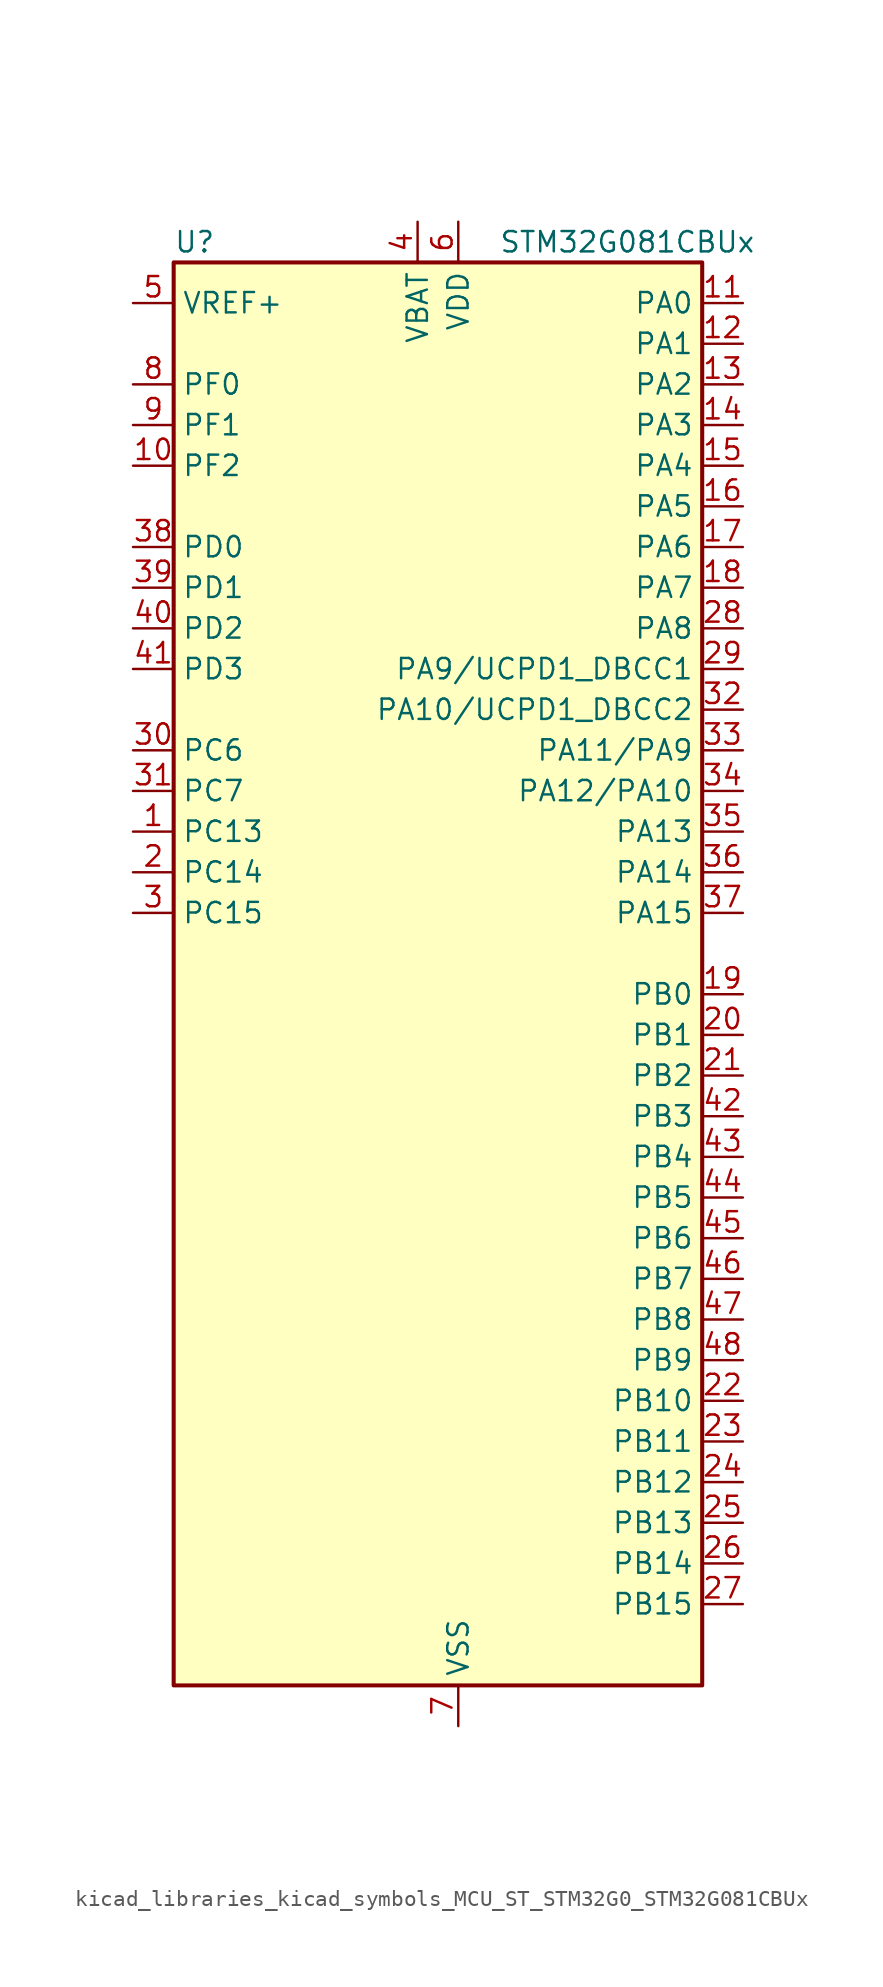
<source format=kicad_sym>
(kicad_symbol_lib
  (version 20220914)
  (generator kicad_symbol_editor)
  (symbol "kicad_libraries_kicad_symbols_MCU_ST_STM32G0_STM32G081CBUx"
    (property "Reference" "U"
      (at -15.24 46.99 0)
      (effects (font (size 1.27 1.27)) (justify left)))
    (property "Value" "STM32G081CBUx"
      (at 5.08 46.99 0)
      (effects (font (size 1.27 1.27)) (justify left)))
    (property "ki_locked" ""
      (at 0 0 0)
      (effects (font (size 1.27 1.27))))
    (symbol "kicad_libraries_kicad_symbols_MCU_ST_STM32G0_STM32G081CBUx_0_1"
      (rectangle (start -15.24 -43.18) (end 17.78 45.72) (stroke (width 0.254) (type default)) (fill (type background))))
    (symbol "kicad_libraries_kicad_symbols_MCU_ST_STM32G0_STM32G081CBUx_1_1"
      (pin bidirectional line (at -17.78 10.16 0) (length 2.54) (name "PC13" (effects (font (size 1.27 1.27)))) (number "1" (effects (font (size 1.27 1.27)))) (alternate "RTC_OUT_ALARM" bidirectional line) (alternate "RTC_OUT_CALIB" bidirectional line) (alternate "RTC_TAMP_IN1" bidirectional line) (alternate "RTC_TS" bidirectional line) (alternate "SYS_WKUP2" bidirectional line) (alternate "TIM1_BK" bidirectional line))
      (pin bidirectional line (at -17.78 33.02 0) (length 2.54) (name "PF2" (effects (font (size 1.27 1.27)))) (number "10" (effects (font (size 1.27 1.27)))) (alternate "RCC_MCO" bidirectional line))
      (pin bidirectional line (at 20.32 43.18 180) (length 2.54) (name "PA0" (effects (font (size 1.27 1.27)))) (number "11" (effects (font (size 1.27 1.27)))) (alternate "ADC1_IN0" bidirectional line) (alternate "COMP1_INM" bidirectional line) (alternate "COMP1_OUT" bidirectional line) (alternate "LPTIM1_OUT" bidirectional line) (alternate "RTC_TAMP_IN2" bidirectional line) (alternate "SPI2_SCK" bidirectional line) (alternate "SYS_WKUP1" bidirectional line) (alternate "TIM2_CH1" bidirectional line) (alternate "TIM2_ETR" bidirectional line) (alternate "UCPD2_FRSTX1" bidirectional line) (alternate "UCPD2_FRSTX2" bidirectional line) (alternate "USART2_CTS" bidirectional line) (alternate "USART2_NSS" bidirectional line) (alternate "USART4_TX" bidirectional line))
      (pin bidirectional line (at 20.32 40.64 180) (length 2.54) (name "PA1" (effects (font (size 1.27 1.27)))) (number "12" (effects (font (size 1.27 1.27)))) (alternate "ADC1_IN1" bidirectional line) (alternate "COMP1_INP" bidirectional line) (alternate "I2C1_SMBA" bidirectional line) (alternate "I2S1_CK" bidirectional line) (alternate "SPI1_SCK" bidirectional line) (alternate "TIM15_CH1N" bidirectional line) (alternate "TIM2_CH2" bidirectional line) (alternate "USART2_CK" bidirectional line) (alternate "USART2_DE" bidirectional line) (alternate "USART2_RTS" bidirectional line) (alternate "USART4_RX" bidirectional line))
      (pin bidirectional line (at 20.32 38.1 180) (length 2.54) (name "PA2" (effects (font (size 1.27 1.27)))) (number "13" (effects (font (size 1.27 1.27)))) (alternate "ADC1_IN2" bidirectional line) (alternate "COMP2_INM" bidirectional line) (alternate "COMP2_OUT" bidirectional line) (alternate "I2S1_SD" bidirectional line) (alternate "LPUART1_TX" bidirectional line) (alternate "RCC_LSCO" bidirectional line) (alternate "SPI1_MOSI" bidirectional line) (alternate "SYS_WKUP4" bidirectional line) (alternate "TIM15_CH1" bidirectional line) (alternate "TIM2_CH3" bidirectional line) (alternate "UCPD1_FRSTX1" bidirectional line) (alternate "UCPD1_FRSTX2" bidirectional line) (alternate "USART2_TX" bidirectional line))
      (pin bidirectional line (at 20.32 35.56 180) (length 2.54) (name "PA3" (effects (font (size 1.27 1.27)))) (number "14" (effects (font (size 1.27 1.27)))) (alternate "ADC1_IN3" bidirectional line) (alternate "COMP2_INP" bidirectional line) (alternate "LPUART1_RX" bidirectional line) (alternate "SPI2_MISO" bidirectional line) (alternate "TIM15_CH2" bidirectional line) (alternate "TIM2_CH4" bidirectional line) (alternate "UCPD2_FRSTX1" bidirectional line) (alternate "UCPD2_FRSTX2" bidirectional line) (alternate "USART2_RX" bidirectional line))
      (pin bidirectional line (at 20.32 33.02 180) (length 2.54) (name "PA4" (effects (font (size 1.27 1.27)))) (number "15" (effects (font (size 1.27 1.27)))) (alternate "ADC1_IN4" bidirectional line) (alternate "DAC1_OUT1" bidirectional line) (alternate "I2S1_WS" bidirectional line) (alternate "LPTIM2_OUT" bidirectional line) (alternate "RTC_OUT_ALARM" bidirectional line) (alternate "RTC_OUT_CALIB" bidirectional line) (alternate "SPI1_NSS" bidirectional line) (alternate "SPI2_MOSI" bidirectional line) (alternate "TIM14_CH1" bidirectional line) (alternate "UCPD2_FRSTX1" bidirectional line) (alternate "UCPD2_FRSTX2" bidirectional line))
      (pin bidirectional line (at 20.32 30.48 180) (length 2.54) (name "PA5" (effects (font (size 1.27 1.27)))) (number "16" (effects (font (size 1.27 1.27)))) (alternate "ADC1_IN5" bidirectional line) (alternate "CEC" bidirectional line) (alternate "DAC1_OUT2" bidirectional line) (alternate "I2S1_CK" bidirectional line) (alternate "LPTIM2_ETR" bidirectional line) (alternate "SPI1_SCK" bidirectional line) (alternate "TIM2_CH1" bidirectional line) (alternate "TIM2_ETR" bidirectional line) (alternate "UCPD1_FRSTX1" bidirectional line) (alternate "UCPD1_FRSTX2" bidirectional line) (alternate "USART3_TX" bidirectional line))
      (pin bidirectional line (at 20.32 27.94 180) (length 2.54) (name "PA6" (effects (font (size 1.27 1.27)))) (number "17" (effects (font (size 1.27 1.27)))) (alternate "ADC1_IN6" bidirectional line) (alternate "COMP1_OUT" bidirectional line) (alternate "I2S1_MCK" bidirectional line) (alternate "LPUART1_CTS" bidirectional line) (alternate "SPI1_MISO" bidirectional line) (alternate "TIM16_CH1" bidirectional line) (alternate "TIM1_BK" bidirectional line) (alternate "TIM3_CH1" bidirectional line) (alternate "USART3_CTS" bidirectional line) (alternate "USART3_NSS" bidirectional line))
      (pin bidirectional line (at 20.32 25.4 180) (length 2.54) (name "PA7" (effects (font (size 1.27 1.27)))) (number "18" (effects (font (size 1.27 1.27)))) (alternate "ADC1_IN7" bidirectional line) (alternate "COMP2_OUT" bidirectional line) (alternate "I2S1_SD" bidirectional line) (alternate "SPI1_MOSI" bidirectional line) (alternate "TIM14_CH1" bidirectional line) (alternate "TIM17_CH1" bidirectional line) (alternate "TIM1_CH1N" bidirectional line) (alternate "TIM3_CH2" bidirectional line) (alternate "UCPD1_FRSTX1" bidirectional line) (alternate "UCPD1_FRSTX2" bidirectional line))
      (pin bidirectional line (at 20.32 0 180) (length 2.54) (name "PB0" (effects (font (size 1.27 1.27)))) (number "19" (effects (font (size 1.27 1.27)))) (alternate "ADC1_IN8" bidirectional line) (alternate "COMP1_OUT" bidirectional line) (alternate "I2S1_WS" bidirectional line) (alternate "LPTIM1_OUT" bidirectional line) (alternate "SPI1_NSS" bidirectional line) (alternate "TIM1_CH2N" bidirectional line) (alternate "TIM3_CH3" bidirectional line) (alternate "UCPD1_FRSTX1" bidirectional line) (alternate "UCPD1_FRSTX2" bidirectional line) (alternate "USART3_RX" bidirectional line))
      (pin bidirectional line (at -17.78 7.62 0) (length 2.54) (name "PC14" (effects (font (size 1.27 1.27)))) (number "2" (effects (font (size 1.27 1.27)))) (alternate "RCC_OSC32_IN" bidirectional line) (alternate "TIM1_BK2" bidirectional line))
      (pin bidirectional line (at 20.32 -2.54 180) (length 2.54) (name "PB1" (effects (font (size 1.27 1.27)))) (number "20" (effects (font (size 1.27 1.27)))) (alternate "ADC1_IN9" bidirectional line) (alternate "COMP1_INM" bidirectional line) (alternate "LPTIM2_IN1" bidirectional line) (alternate "LPUART1_DE" bidirectional line) (alternate "LPUART1_RTS" bidirectional line) (alternate "TIM14_CH1" bidirectional line) (alternate "TIM1_CH3N" bidirectional line) (alternate "TIM3_CH4" bidirectional line) (alternate "USART3_CK" bidirectional line) (alternate "USART3_DE" bidirectional line) (alternate "USART3_RTS" bidirectional line))
      (pin bidirectional line (at 20.32 -5.08 180) (length 2.54) (name "PB2" (effects (font (size 1.27 1.27)))) (number "21" (effects (font (size 1.27 1.27)))) (alternate "ADC1_IN10" bidirectional line) (alternate "COMP1_INP" bidirectional line) (alternate "LPTIM1_OUT" bidirectional line) (alternate "SPI2_MISO" bidirectional line) (alternate "USART3_TX" bidirectional line))
      (pin bidirectional line (at 20.32 -25.4 180) (length 2.54) (name "PB10" (effects (font (size 1.27 1.27)))) (number "22" (effects (font (size 1.27 1.27)))) (alternate "ADC1_IN11" bidirectional line) (alternate "CEC" bidirectional line) (alternate "COMP1_OUT" bidirectional line) (alternate "I2C2_SCL" bidirectional line) (alternate "LPUART1_RX" bidirectional line) (alternate "SPI2_SCK" bidirectional line) (alternate "TIM2_CH3" bidirectional line) (alternate "USART3_TX" bidirectional line))
      (pin bidirectional line (at 20.32 -27.94 180) (length 2.54) (name "PB11" (effects (font (size 1.27 1.27)))) (number "23" (effects (font (size 1.27 1.27)))) (alternate "ADC1_EXTI11" bidirectional line) (alternate "ADC1_IN15" bidirectional line) (alternate "COMP2_OUT" bidirectional line) (alternate "I2C2_SDA" bidirectional line) (alternate "LPUART1_TX" bidirectional line) (alternate "SPI2_MOSI" bidirectional line) (alternate "TIM2_CH4" bidirectional line) (alternate "USART3_RX" bidirectional line))
      (pin bidirectional line (at 20.32 -30.48 180) (length 2.54) (name "PB12" (effects (font (size 1.27 1.27)))) (number "24" (effects (font (size 1.27 1.27)))) (alternate "ADC1_IN16" bidirectional line) (alternate "LPUART1_DE" bidirectional line) (alternate "LPUART1_RTS" bidirectional line) (alternate "SPI2_NSS" bidirectional line) (alternate "TIM15_BK" bidirectional line) (alternate "TIM1_BK" bidirectional line) (alternate "UCPD2_FRSTX1" bidirectional line) (alternate "UCPD2_FRSTX2" bidirectional line))
      (pin bidirectional line (at 20.32 -33.02 180) (length 2.54) (name "PB13" (effects (font (size 1.27 1.27)))) (number "25" (effects (font (size 1.27 1.27)))) (alternate "I2C2_SCL" bidirectional line) (alternate "LPUART1_CTS" bidirectional line) (alternate "SPI2_SCK" bidirectional line) (alternate "TIM15_CH1N" bidirectional line) (alternate "TIM1_CH1N" bidirectional line) (alternate "USART3_CTS" bidirectional line) (alternate "USART3_NSS" bidirectional line))
      (pin bidirectional line (at 20.32 -35.56 180) (length 2.54) (name "PB14" (effects (font (size 1.27 1.27)))) (number "26" (effects (font (size 1.27 1.27)))) (alternate "I2C2_SDA" bidirectional line) (alternate "SPI2_MISO" bidirectional line) (alternate "TIM15_CH1" bidirectional line) (alternate "TIM1_CH2N" bidirectional line) (alternate "UCPD1_FRSTX1" bidirectional line) (alternate "UCPD1_FRSTX2" bidirectional line) (alternate "USART3_CK" bidirectional line) (alternate "USART3_DE" bidirectional line) (alternate "USART3_RTS" bidirectional line))
      (pin bidirectional line (at 20.32 -38.1 180) (length 2.54) (name "PB15" (effects (font (size 1.27 1.27)))) (number "27" (effects (font (size 1.27 1.27)))) (alternate "RTC_REFIN" bidirectional line) (alternate "SPI2_MOSI" bidirectional line) (alternate "TIM15_CH1N" bidirectional line) (alternate "TIM15_CH2" bidirectional line) (alternate "TIM1_CH3N" bidirectional line) (alternate "UCPD1_CC2" bidirectional line))
      (pin bidirectional line (at 20.32 22.86 180) (length 2.54) (name "PA8" (effects (font (size 1.27 1.27)))) (number "28" (effects (font (size 1.27 1.27)))) (alternate "LPTIM2_OUT" bidirectional line) (alternate "RCC_MCO" bidirectional line) (alternate "SPI2_NSS" bidirectional line) (alternate "TIM1_CH1" bidirectional line) (alternate "UCPD1_CC1" bidirectional line))
      (pin bidirectional line (at 20.32 20.32 180) (length 2.54) (name "PA9/UCPD1_DBCC1" (effects (font (size 1.27 1.27)))) (number "29" (effects (font (size 1.27 1.27)))) (alternate "DAC1_EXTI9" bidirectional line) (alternate "I2C1_SCL" bidirectional line) (alternate "RCC_MCO" bidirectional line) (alternate "SPI2_MISO" bidirectional line) (alternate "TIM15_BK" bidirectional line) (alternate "TIM1_CH2" bidirectional line) (alternate "UCPD1_DBCC1" bidirectional line) (alternate "USART1_TX" bidirectional line))
      (pin bidirectional line (at -17.78 5.08 0) (length 2.54) (name "PC15" (effects (font (size 1.27 1.27)))) (number "3" (effects (font (size 1.27 1.27)))) (alternate "RCC_OSC32_EN" bidirectional line) (alternate "RCC_OSC32_OUT" bidirectional line) (alternate "RCC_OSC_EN" bidirectional line) (alternate "TIM15_BK" bidirectional line))
      (pin bidirectional line (at -17.78 15.24 0) (length 2.54) (name "PC6" (effects (font (size 1.27 1.27)))) (number "30" (effects (font (size 1.27 1.27)))) (alternate "TIM2_CH3" bidirectional line) (alternate "TIM3_CH1" bidirectional line) (alternate "UCPD1_FRSTX1" bidirectional line) (alternate "UCPD1_FRSTX2" bidirectional line))
      (pin bidirectional line (at -17.78 12.7 0) (length 2.54) (name "PC7" (effects (font (size 1.27 1.27)))) (number "31" (effects (font (size 1.27 1.27)))) (alternate "TIM2_CH4" bidirectional line) (alternate "TIM3_CH2" bidirectional line) (alternate "UCPD2_FRSTX1" bidirectional line) (alternate "UCPD2_FRSTX2" bidirectional line))
      (pin bidirectional line (at 20.32 17.78 180) (length 2.54) (name "PA10/UCPD1_DBCC2" (effects (font (size 1.27 1.27)))) (number "32" (effects (font (size 1.27 1.27)))) (alternate "I2C1_SDA" bidirectional line) (alternate "SPI2_MOSI" bidirectional line) (alternate "TIM17_BK" bidirectional line) (alternate "TIM1_CH3" bidirectional line) (alternate "UCPD1_DBCC2" bidirectional line) (alternate "USART1_RX" bidirectional line))
      (pin bidirectional line (at 20.32 15.24 180) (length 2.54) (name "PA11/PA9" (effects (font (size 1.27 1.27)))) (number "33" (effects (font (size 1.27 1.27)))) (alternate "ADC1_EXTI11" bidirectional line) (alternate "COMP1_OUT" bidirectional line) (alternate "I2C2_SCL" bidirectional line) (alternate "I2S1_MCK" bidirectional line) (alternate "SPI1_MISO" bidirectional line) (alternate "TIM1_BK2" bidirectional line) (alternate "TIM1_CH4" bidirectional line) (alternate "USART1_CTS" bidirectional line) (alternate "USART1_NSS" bidirectional line))
      (pin bidirectional line (at 20.32 12.7 180) (length 2.54) (name "PA12/PA10" (effects (font (size 1.27 1.27)))) (number "34" (effects (font (size 1.27 1.27)))) (alternate "COMP2_OUT" bidirectional line) (alternate "I2C2_SDA" bidirectional line) (alternate "I2S1_SD" bidirectional line) (alternate "I2S_CKIN" bidirectional line) (alternate "SPI1_MOSI" bidirectional line) (alternate "TIM1_ETR" bidirectional line) (alternate "USART1_CK" bidirectional line) (alternate "USART1_DE" bidirectional line) (alternate "USART1_RTS" bidirectional line))
      (pin bidirectional line (at 20.32 10.16 180) (length 2.54) (name "PA13" (effects (font (size 1.27 1.27)))) (number "35" (effects (font (size 1.27 1.27)))) (alternate "IR_OUT" bidirectional line) (alternate "SYS_SWDIO" bidirectional line))
      (pin bidirectional line (at 20.32 7.62 180) (length 2.54) (name "PA14" (effects (font (size 1.27 1.27)))) (number "36" (effects (font (size 1.27 1.27)))) (alternate "SYS_SWCLK" bidirectional line) (alternate "USART2_TX" bidirectional line))
      (pin bidirectional line (at 20.32 5.08 180) (length 2.54) (name "PA15" (effects (font (size 1.27 1.27)))) (number "37" (effects (font (size 1.27 1.27)))) (alternate "I2S1_WS" bidirectional line) (alternate "SPI1_NSS" bidirectional line) (alternate "TIM2_CH1" bidirectional line) (alternate "TIM2_ETR" bidirectional line) (alternate "USART2_RX" bidirectional line) (alternate "USART3_CK" bidirectional line) (alternate "USART3_DE" bidirectional line) (alternate "USART3_RTS" bidirectional line) (alternate "USART4_CK" bidirectional line) (alternate "USART4_DE" bidirectional line) (alternate "USART4_RTS" bidirectional line))
      (pin bidirectional line (at -17.78 27.94 0) (length 2.54) (name "PD0" (effects (font (size 1.27 1.27)))) (number "38" (effects (font (size 1.27 1.27)))) (alternate "SPI2_NSS" bidirectional line) (alternate "TIM16_CH1" bidirectional line) (alternate "UCPD2_CC1" bidirectional line))
      (pin bidirectional line (at -17.78 25.4 0) (length 2.54) (name "PD1" (effects (font (size 1.27 1.27)))) (number "39" (effects (font (size 1.27 1.27)))) (alternate "SPI2_SCK" bidirectional line) (alternate "TIM17_CH1" bidirectional line) (alternate "UCPD2_DBCC1" bidirectional line))
      (pin power_in line (at 0 48.26 270) (length 2.54) (name "VBAT" (effects (font (size 1.27 1.27)))) (number "4" (effects (font (size 1.27 1.27)))))
      (pin bidirectional line (at -17.78 22.86 0) (length 2.54) (name "PD2" (effects (font (size 1.27 1.27)))) (number "40" (effects (font (size 1.27 1.27)))) (alternate "TIM1_CH1N" bidirectional line) (alternate "TIM3_ETR" bidirectional line) (alternate "UCPD2_CC2" bidirectional line) (alternate "USART3_CK" bidirectional line) (alternate "USART3_DE" bidirectional line) (alternate "USART3_RTS" bidirectional line))
      (pin bidirectional line (at -17.78 20.32 0) (length 2.54) (name "PD3" (effects (font (size 1.27 1.27)))) (number "41" (effects (font (size 1.27 1.27)))) (alternate "SPI2_MISO" bidirectional line) (alternate "TIM1_CH2N" bidirectional line) (alternate "UCPD2_DBCC2" bidirectional line) (alternate "USART2_CTS" bidirectional line) (alternate "USART2_NSS" bidirectional line))
      (pin bidirectional line (at 20.32 -7.62 180) (length 2.54) (name "PB3" (effects (font (size 1.27 1.27)))) (number "42" (effects (font (size 1.27 1.27)))) (alternate "COMP2_INM" bidirectional line) (alternate "I2S1_CK" bidirectional line) (alternate "SPI1_SCK" bidirectional line) (alternate "TIM1_CH2" bidirectional line) (alternate "TIM2_CH2" bidirectional line) (alternate "USART1_CK" bidirectional line) (alternate "USART1_DE" bidirectional line) (alternate "USART1_RTS" bidirectional line))
      (pin bidirectional line (at 20.32 -10.16 180) (length 2.54) (name "PB4" (effects (font (size 1.27 1.27)))) (number "43" (effects (font (size 1.27 1.27)))) (alternate "COMP2_INP" bidirectional line) (alternate "I2S1_MCK" bidirectional line) (alternate "SPI1_MISO" bidirectional line) (alternate "TIM17_BK" bidirectional line) (alternate "TIM3_CH1" bidirectional line) (alternate "USART1_CTS" bidirectional line) (alternate "USART1_NSS" bidirectional line))
      (pin bidirectional line (at 20.32 -12.7 180) (length 2.54) (name "PB5" (effects (font (size 1.27 1.27)))) (number "44" (effects (font (size 1.27 1.27)))) (alternate "COMP2_OUT" bidirectional line) (alternate "I2C1_SMBA" bidirectional line) (alternate "I2S1_SD" bidirectional line) (alternate "LPTIM1_IN1" bidirectional line) (alternate "SPI1_MOSI" bidirectional line) (alternate "SYS_WKUP6" bidirectional line) (alternate "TIM16_BK" bidirectional line) (alternate "TIM3_CH2" bidirectional line))
      (pin bidirectional line (at 20.32 -15.24 180) (length 2.54) (name "PB6" (effects (font (size 1.27 1.27)))) (number "45" (effects (font (size 1.27 1.27)))) (alternate "COMP2_INP" bidirectional line) (alternate "I2C1_SCL" bidirectional line) (alternate "LPTIM1_ETR" bidirectional line) (alternate "SPI2_MISO" bidirectional line) (alternate "TIM16_CH1N" bidirectional line) (alternate "TIM1_CH3" bidirectional line) (alternate "USART1_TX" bidirectional line))
      (pin bidirectional line (at 20.32 -17.78 180) (length 2.54) (name "PB7" (effects (font (size 1.27 1.27)))) (number "46" (effects (font (size 1.27 1.27)))) (alternate "COMP2_INM" bidirectional line) (alternate "I2C1_SDA" bidirectional line) (alternate "LPTIM1_IN2" bidirectional line) (alternate "SPI2_MOSI" bidirectional line) (alternate "SYS_PVD_IN" bidirectional line) (alternate "TIM17_CH1N" bidirectional line) (alternate "USART1_RX" bidirectional line) (alternate "USART4_CTS" bidirectional line) (alternate "USART4_NSS" bidirectional line))
      (pin bidirectional line (at 20.32 -20.32 180) (length 2.54) (name "PB8" (effects (font (size 1.27 1.27)))) (number "47" (effects (font (size 1.27 1.27)))) (alternate "CEC" bidirectional line) (alternate "I2C1_SCL" bidirectional line) (alternate "SPI2_SCK" bidirectional line) (alternate "TIM15_BK" bidirectional line) (alternate "TIM16_CH1" bidirectional line) (alternate "USART3_TX" bidirectional line))
      (pin bidirectional line (at 20.32 -22.86 180) (length 2.54) (name "PB9" (effects (font (size 1.27 1.27)))) (number "48" (effects (font (size 1.27 1.27)))) (alternate "DAC1_EXTI9" bidirectional line) (alternate "I2C1_SDA" bidirectional line) (alternate "IR_OUT" bidirectional line) (alternate "SPI2_NSS" bidirectional line) (alternate "TIM17_CH1" bidirectional line) (alternate "UCPD2_FRSTX1" bidirectional line) (alternate "UCPD2_FRSTX2" bidirectional line) (alternate "USART3_RX" bidirectional line))
      (pin passive line (at 2.54 -45.72 90) (length 2.54) hide (name "VSS" (effects (font (size 1.27 1.27)))) (number "49" (effects (font (size 1.27 1.27)))))
      (pin input line (at -17.78 43.18 0) (length 2.54) (name "VREF+" (effects (font (size 1.27 1.27)))) (number "5" (effects (font (size 1.27 1.27)))) (alternate "VREFBUF_OUT" bidirectional line))
      (pin power_in line (at 2.54 48.26 270) (length 2.54) (name "VDD" (effects (font (size 1.27 1.27)))) (number "6" (effects (font (size 1.27 1.27)))))
      (pin power_in line (at 2.54 -45.72 90) (length 2.54) (name "VSS" (effects (font (size 1.27 1.27)))) (number "7" (effects (font (size 1.27 1.27)))))
      (pin bidirectional line (at -17.78 38.1 0) (length 2.54) (name "PF0" (effects (font (size 1.27 1.27)))) (number "8" (effects (font (size 1.27 1.27)))) (alternate "RCC_OSC_IN" bidirectional line) (alternate "TIM14_CH1" bidirectional line))
      (pin bidirectional line (at -17.78 35.56 0) (length 2.54) (name "PF1" (effects (font (size 1.27 1.27)))) (number "9" (effects (font (size 1.27 1.27)))) (alternate "RCC_OSC_EN" bidirectional line) (alternate "RCC_OSC_OUT" bidirectional line) (alternate "TIM15_CH1N" bidirectional line)))))
</source>
